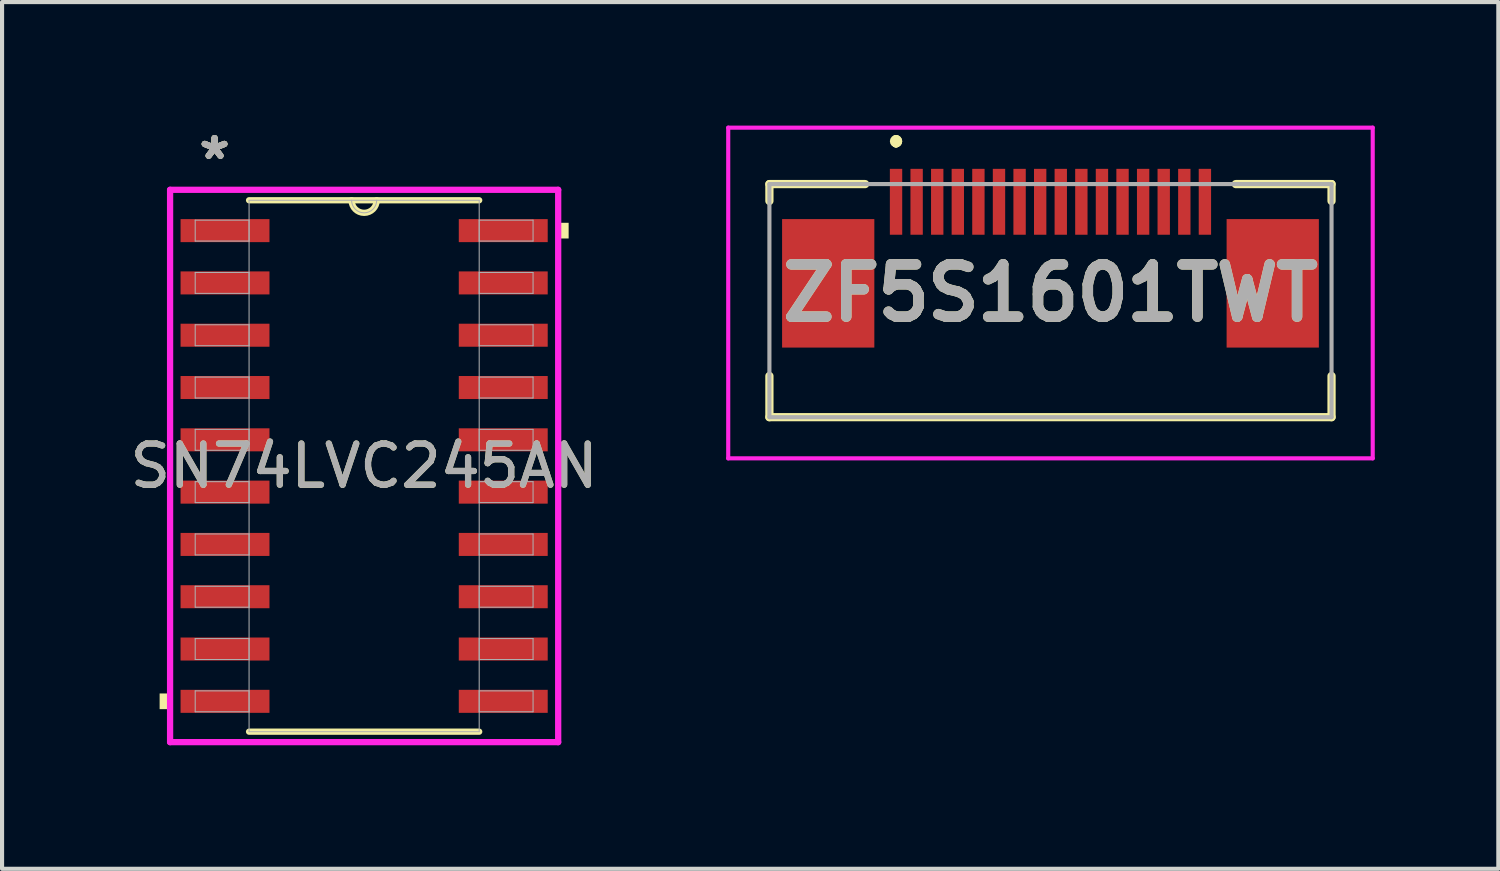
<source format=kicad_pcb>
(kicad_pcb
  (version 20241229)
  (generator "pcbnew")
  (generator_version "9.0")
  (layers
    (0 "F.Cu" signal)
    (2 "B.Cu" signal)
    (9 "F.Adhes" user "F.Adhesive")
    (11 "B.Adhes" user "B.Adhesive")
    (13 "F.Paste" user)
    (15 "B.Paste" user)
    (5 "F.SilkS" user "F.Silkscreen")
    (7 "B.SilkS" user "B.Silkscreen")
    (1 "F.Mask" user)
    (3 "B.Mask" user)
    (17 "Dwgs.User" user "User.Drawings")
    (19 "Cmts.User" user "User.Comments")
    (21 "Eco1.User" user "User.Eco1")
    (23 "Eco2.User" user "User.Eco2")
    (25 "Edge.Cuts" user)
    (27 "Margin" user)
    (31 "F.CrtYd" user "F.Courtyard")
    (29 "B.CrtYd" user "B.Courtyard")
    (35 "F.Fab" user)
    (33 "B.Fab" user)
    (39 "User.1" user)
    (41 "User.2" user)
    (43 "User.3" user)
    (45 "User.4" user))
  (footprint "SN74LVC245AN"
    (layer "F.Cu")
    (at 5.792 8.265)
    (property "Reference" "SN74LVC245AN" (at 0 0 0) (unlocked yes) (layer "F.SilkS") (effects (font (size 1 1) (thickness 0.15))))
    (attr smd)
    (fp_line (start -2.794 6.452) (end 2.794 6.452) (stroke (width 0.152) (type solid)) (layer "F.SilkS"))
    (fp_line (start 2.794 -6.452) (end -2.794 -6.452) (stroke (width 0.152) (type solid)) (layer "F.SilkS"))
    (fp_arc (start 0.3048 -6.4516) (mid 0 -6.1468) (end -0.3048 -6.4516) (stroke (width 0.1524) (type solid)) (layer "F.SilkS"))
    (fp_poly (pts (xy -4.966 5.524) (xy -4.966 5.905) (xy -4.712 5.905) (xy -4.712 5.524)) (stroke (width 0) (type solid)) (fill yes) (layer "F.SilkS"))
    (fp_poly (pts (xy 4.966 -5.905) (xy 4.966 -5.524) (xy 4.712 -5.524) (xy 4.712 -5.905)) (stroke (width 0) (type solid)) (fill yes) (layer "F.SilkS"))
    (fp_line (start -4.712 -6.706) (end 4.712 -6.706) (stroke (width 0.152) (type solid)) (layer "F.CrtYd"))
    (fp_line (start -4.712 6.706) (end -4.712 -6.706) (stroke (width 0.152) (type solid)) (layer "F.CrtYd"))
    (fp_line (start 4.712 -6.706) (end 4.712 6.706) (stroke (width 0.152) (type solid)) (layer "F.CrtYd"))
    (fp_line (start 4.712 6.706) (end -4.712 6.706) (stroke (width 0.152) (type solid)) (layer "F.CrtYd"))
    (fp_line (start -4.102 -5.969) (end -4.102 -5.461) (stroke (width 0.025) (type solid)) (layer "F.Fab"))
    (fp_line (start -4.102 -5.461) (end -2.794 -5.461) (stroke (width 0.025) (type solid)) (layer "F.Fab"))
    (fp_line (start -4.102 -4.699) (end -4.102 -4.191) (stroke (width 0.025) (type solid)) (layer "F.Fab"))
    (fp_line (start -4.102 -4.191) (end -2.794 -4.191) (stroke (width 0.025) (type solid)) (layer "F.Fab"))
    (fp_line (start -4.102 -3.429) (end -4.102 -2.921) (stroke (width 0.025) (type solid)) (layer "F.Fab"))
    (fp_line (start -4.102 -2.921) (end -2.794 -2.921) (stroke (width 0.025) (type solid)) (layer "F.Fab"))
    (fp_line (start -4.102 -2.159) (end -4.102 -1.651) (stroke (width 0.025) (type solid)) (layer "F.Fab"))
    (fp_line (start -4.102 -1.651) (end -2.794 -1.651) (stroke (width 0.025) (type solid)) (layer "F.Fab"))
    (fp_line (start -4.102 -0.889) (end -4.102 -0.381) (stroke (width 0.025) (type solid)) (layer "F.Fab"))
    (fp_line (start -4.102 -0.381) (end -2.794 -0.381) (stroke (width 0.025) (type solid)) (layer "F.Fab"))
    (fp_line (start -4.102 0.381) (end -4.102 0.889) (stroke (width 0.025) (type solid)) (layer "F.Fab"))
    (fp_line (start -4.102 0.889) (end -2.794 0.889) (stroke (width 0.025) (type solid)) (layer "F.Fab"))
    (fp_line (start -4.102 1.651) (end -4.102 2.159) (stroke (width 0.025) (type solid)) (layer "F.Fab"))
    (fp_line (start -4.102 2.159) (end -2.794 2.159) (stroke (width 0.025) (type solid)) (layer "F.Fab"))
    (fp_line (start -4.102 2.921) (end -4.102 3.429) (stroke (width 0.025) (type solid)) (layer "F.Fab"))
    (fp_line (start -4.102 3.429) (end -2.794 3.429) (stroke (width 0.025) (type solid)) (layer "F.Fab"))
    (fp_line (start -4.102 4.191) (end -4.102 4.699) (stroke (width 0.025) (type solid)) (layer "F.Fab"))
    (fp_line (start -4.102 4.699) (end -2.794 4.699) (stroke (width 0.025) (type solid)) (layer "F.Fab"))
    (fp_line (start -4.102 5.461) (end -4.102 5.969) (stroke (width 0.025) (type solid)) (layer "F.Fab"))
    (fp_line (start -4.102 5.969) (end -2.794 5.969) (stroke (width 0.025) (type solid)) (layer "F.Fab"))
    (fp_line (start -2.794 -6.452) (end -2.794 6.452) (stroke (width 0.025) (type solid)) (layer "F.Fab"))
    (fp_line (start -2.794 -5.969) (end -4.102 -5.969) (stroke (width 0.025) (type solid)) (layer "F.Fab"))
    (fp_line (start -2.794 -5.461) (end -2.794 -5.969) (stroke (width 0.025) (type solid)) (layer "F.Fab"))
    (fp_line (start -2.794 -4.699) (end -4.102 -4.699) (stroke (width 0.025) (type solid)) (layer "F.Fab"))
    (fp_line (start -2.794 -4.191) (end -2.794 -4.699) (stroke (width 0.025) (type solid)) (layer "F.Fab"))
    (fp_line (start -2.794 -3.429) (end -4.102 -3.429) (stroke (width 0.025) (type solid)) (layer "F.Fab"))
    (fp_line (start -2.794 -2.921) (end -2.794 -3.429) (stroke (width 0.025) (type solid)) (layer "F.Fab"))
    (fp_line (start -2.794 -2.159) (end -4.102 -2.159) (stroke (width 0.025) (type solid)) (layer "F.Fab"))
    (fp_line (start -2.794 -1.651) (end -2.794 -2.159) (stroke (width 0.025) (type solid)) (layer "F.Fab"))
    (fp_line (start -2.794 -0.889) (end -4.102 -0.889) (stroke (width 0.025) (type solid)) (layer "F.Fab"))
    (fp_line (start -2.794 -0.381) (end -2.794 -0.889) (stroke (width 0.025) (type solid)) (layer "F.Fab"))
    (fp_line (start -2.794 0.381) (end -4.102 0.381) (stroke (width 0.025) (type solid)) (layer "F.Fab"))
    (fp_line (start -2.794 0.889) (end -2.794 0.381) (stroke (width 0.025) (type solid)) (layer "F.Fab"))
    (fp_line (start -2.794 1.651) (end -4.102 1.651) (stroke (width 0.025) (type solid)) (layer "F.Fab"))
    (fp_line (start -2.794 2.159) (end -2.794 1.651) (stroke (width 0.025) (type solid)) (layer "F.Fab"))
    (fp_line (start -2.794 2.921) (end -4.102 2.921) (stroke (width 0.025) (type solid)) (layer "F.Fab"))
    (fp_line (start -2.794 3.429) (end -2.794 2.921) (stroke (width 0.025) (type solid)) (layer "F.Fab"))
    (fp_line (start -2.794 4.191) (end -4.102 4.191) (stroke (width 0.025) (type solid)) (layer "F.Fab"))
    (fp_line (start -2.794 4.699) (end -2.794 4.191) (stroke (width 0.025) (type solid)) (layer "F.Fab"))
    (fp_line (start -2.794 5.461) (end -4.102 5.461) (stroke (width 0.025) (type solid)) (layer "F.Fab"))
    (fp_line (start -2.794 5.969) (end -2.794 5.461) (stroke (width 0.025) (type solid)) (layer "F.Fab"))
    (fp_line (start -2.794 6.452) (end 2.794 6.452) (stroke (width 0.025) (type solid)) (layer "F.Fab"))
    (fp_line (start 2.794 -6.452) (end -2.794 -6.452) (stroke (width 0.025) (type solid)) (layer "F.Fab"))
    (fp_line (start 2.794 -5.969) (end 2.794 -5.461) (stroke (width 0.025) (type solid)) (layer "F.Fab"))
    (fp_line (start 2.794 -5.461) (end 4.102 -5.461) (stroke (width 0.025) (type solid)) (layer "F.Fab"))
    (fp_line (start 2.794 -4.699) (end 2.794 -4.191) (stroke (width 0.025) (type solid)) (layer "F.Fab"))
    (fp_line (start 2.794 -4.191) (end 4.102 -4.191) (stroke (width 0.025) (type solid)) (layer "F.Fab"))
    (fp_line (start 2.794 -3.429) (end 2.794 -2.921) (stroke (width 0.025) (type solid)) (layer "F.Fab"))
    (fp_line (start 2.794 -2.921) (end 4.102 -2.921) (stroke (width 0.025) (type solid)) (layer "F.Fab"))
    (fp_line (start 2.794 -2.159) (end 2.794 -1.651) (stroke (width 0.025) (type solid)) (layer "F.Fab"))
    (fp_line (start 2.794 -1.651) (end 4.102 -1.651) (stroke (width 0.025) (type solid)) (layer "F.Fab"))
    (fp_line (start 2.794 -0.889) (end 2.794 -0.381) (stroke (width 0.025) (type solid)) (layer "F.Fab"))
    (fp_line (start 2.794 -0.381) (end 4.102 -0.381) (stroke (width 0.025) (type solid)) (layer "F.Fab"))
    (fp_line (start 2.794 0.381) (end 2.794 0.889) (stroke (width 0.025) (type solid)) (layer "F.Fab"))
    (fp_line (start 2.794 0.889) (end 4.102 0.889) (stroke (width 0.025) (type solid)) (layer "F.Fab"))
    (fp_line (start 2.794 1.651) (end 2.794 2.159) (stroke (width 0.025) (type solid)) (layer "F.Fab"))
    (fp_line (start 2.794 2.159) (end 4.102 2.159) (stroke (width 0.025) (type solid)) (layer "F.Fab"))
    (fp_line (start 2.794 2.921) (end 2.794 3.429) (stroke (width 0.025) (type solid)) (layer "F.Fab"))
    (fp_line (start 2.794 3.429) (end 4.102 3.429) (stroke (width 0.025) (type solid)) (layer "F.Fab"))
    (fp_line (start 2.794 4.191) (end 2.794 4.699) (stroke (width 0.025) (type solid)) (layer "F.Fab"))
    (fp_line (start 2.794 4.699) (end 4.102 4.699) (stroke (width 0.025) (type solid)) (layer "F.Fab"))
    (fp_line (start 2.794 5.461) (end 2.794 5.969) (stroke (width 0.025) (type solid)) (layer "F.Fab"))
    (fp_line (start 2.794 5.969) (end 4.102 5.969) (stroke (width 0.025) (type solid)) (layer "F.Fab"))
    (fp_line (start 2.794 6.452) (end 2.794 -6.452) (stroke (width 0.025) (type solid)) (layer "F.Fab"))
    (fp_line (start 4.102 -5.969) (end 2.794 -5.969) (stroke (width 0.025) (type solid)) (layer "F.Fab"))
    (fp_line (start 4.102 -5.461) (end 4.102 -5.969) (stroke (width 0.025) (type solid)) (layer "F.Fab"))
    (fp_line (start 4.102 -4.699) (end 2.794 -4.699) (stroke (width 0.025) (type solid)) (layer "F.Fab"))
    (fp_line (start 4.102 -4.191) (end 4.102 -4.699) (stroke (width 0.025) (type solid)) (layer "F.Fab"))
    (fp_line (start 4.102 -3.429) (end 2.794 -3.429) (stroke (width 0.025) (type solid)) (layer "F.Fab"))
    (fp_line (start 4.102 -2.921) (end 4.102 -3.429) (stroke (width 0.025) (type solid)) (layer "F.Fab"))
    (fp_line (start 4.102 -2.159) (end 2.794 -2.159) (stroke (width 0.025) (type solid)) (layer "F.Fab"))
    (fp_line (start 4.102 -1.651) (end 4.102 -2.159) (stroke (width 0.025) (type solid)) (layer "F.Fab"))
    (fp_line (start 4.102 -0.889) (end 2.794 -0.889) (stroke (width 0.025) (type solid)) (layer "F.Fab"))
    (fp_line (start 4.102 -0.381) (end 4.102 -0.889) (stroke (width 0.025) (type solid)) (layer "F.Fab"))
    (fp_line (start 4.102 0.381) (end 2.794 0.381) (stroke (width 0.025) (type solid)) (layer "F.Fab"))
    (fp_line (start 4.102 0.889) (end 4.102 0.381) (stroke (width 0.025) (type solid)) (layer "F.Fab"))
    (fp_line (start 4.102 1.651) (end 2.794 1.651) (stroke (width 0.025) (type solid)) (layer "F.Fab"))
    (fp_line (start 4.102 2.159) (end 4.102 1.651) (stroke (width 0.025) (type solid)) (layer "F.Fab"))
    (fp_line (start 4.102 2.921) (end 2.794 2.921) (stroke (width 0.025) (type solid)) (layer "F.Fab"))
    (fp_line (start 4.102 3.429) (end 4.102 2.921) (stroke (width 0.025) (type solid)) (layer "F.Fab"))
    (fp_line (start 4.102 4.191) (end 2.794 4.191) (stroke (width 0.025) (type solid)) (layer "F.Fab"))
    (fp_line (start 4.102 4.699) (end 4.102 4.191) (stroke (width 0.025) (type solid)) (layer "F.Fab"))
    (fp_line (start 4.102 5.461) (end 2.794 5.461) (stroke (width 0.025) (type solid)) (layer "F.Fab"))
    (fp_line (start 4.102 5.969) (end 4.102 5.461) (stroke (width 0.025) (type solid)) (layer "F.Fab"))
    (fp_arc (start 0.3048 -6.4516) (mid 0 -6.1468) (end -0.3048 -6.4516) (stroke (width 0.0254) (type solid)) (layer "F.Fab"))
    (fp_text user "*" (at -3.632 -7.417 0) (unlocked yes) (layer "F.SilkS") (effects (font (size 1 1) (thickness 0.15))))
    (fp_text user "*" (at -3.632 -7.417 0) (layer "F.SilkS") (effects (font (size 1 1) (thickness 0.15))))
    (fp_text user "*" (at -3.632 -7.417 0) (unlocked yes) (layer "F.Fab") (effects (font (size 1 1) (thickness 0.15))))
    (fp_text user "*" (at -3.632 -7.417 0) (layer "F.Fab") (effects (font (size 1 1) (thickness 0.15))))
    (fp_text user "${REFERENCE}" (at 0 0 0) (unlocked yes) (layer "F.Fab") (effects (font (size 1 1) (thickness 0.15))))
    (pad "1" smd rect (at -3.378 -5.715) (size 2.159 0.559) (layers "F.Cu" "F.Mask" "F.Paste"))
    (pad "2" smd rect (at -3.378 -4.445) (size 2.159 0.559) (layers "F.Cu" "F.Mask" "F.Paste"))
    (pad "3" smd rect (at -3.378 -3.175) (size 2.159 0.559) (layers "F.Cu" "F.Mask" "F.Paste"))
    (pad "4" smd rect (at -3.378 -1.905) (size 2.159 0.559) (layers "F.Cu" "F.Mask" "F.Paste"))
    (pad "5" smd rect (at -3.378 -0.635) (size 2.159 0.559) (layers "F.Cu" "F.Mask" "F.Paste"))
    (pad "6" smd rect (at -3.378 0.635) (size 2.159 0.559) (layers "F.Cu" "F.Mask" "F.Paste"))
    (pad "7" smd rect (at -3.378 1.905) (size 2.159 0.559) (layers "F.Cu" "F.Mask" "F.Paste"))
    (pad "8" smd rect (at -3.378 3.175) (size 2.159 0.559) (layers "F.Cu" "F.Mask" "F.Paste"))
    (pad "9" smd rect (at -3.378 4.445) (size 2.159 0.559) (layers "F.Cu" "F.Mask" "F.Paste"))
    (pad "10" smd rect (at -3.378 5.715) (size 2.159 0.559) (layers "F.Cu" "F.Mask" "F.Paste"))
    (pad "11" smd rect (at 3.378 5.715) (size 2.159 0.559) (layers "F.Cu" "F.Mask" "F.Paste"))
    (pad "12" smd rect (at 3.378 4.445) (size 2.159 0.559) (layers "F.Cu" "F.Mask" "F.Paste"))
    (pad "13" smd rect (at 3.378 3.175) (size 2.159 0.559) (layers "F.Cu" "F.Mask" "F.Paste"))
    (pad "14" smd rect (at 3.378 1.905) (size 2.159 0.559) (layers "F.Cu" "F.Mask" "F.Paste"))
    (pad "15" smd rect (at 3.378 0.635) (size 2.159 0.559) (layers "F.Cu" "F.Mask" "F.Paste"))
    (pad "16" smd rect (at 3.378 -0.635) (size 2.159 0.559) (layers "F.Cu" "F.Mask" "F.Paste"))
    (pad "17" smd rect (at 3.378 -1.905) (size 2.159 0.559) (layers "F.Cu" "F.Mask" "F.Paste"))
    (pad "18" smd rect (at 3.378 -3.175) (size 2.159 0.559) (layers "F.Cu" "F.Mask" "F.Paste"))
    (pad "19" smd rect (at 3.378 -4.445) (size 2.159 0.559) (layers "F.Cu" "F.Mask" "F.Paste"))
    (pad "20" smd rect (at 3.378 -5.715) (size 2.159 0.559) (layers "F.Cu" "F.Mask" "F.Paste")))
  (footprint "ZF5S1601TWT"
    (layer "F.Cu")
    (at 22.458 4.25)
    (property "Reference" "ZF5S1601TWT" (at 0 -0.185 0) (layer "F.SilkS") (effects (font (size 1.27 1.27) (thickness 0.254))))
    (attr smd)
    (fp_line (start -6.825 -2.83) (end -6.825 -2.42) (stroke (width 0.2) (type solid)) (layer "F.SilkS"))
    (fp_line (start -6.825 1.83) (end -6.825 2.83) (stroke (width 0.2) (type solid)) (layer "F.SilkS"))
    (fp_line (start -6.825 2.83) (end 6.825 2.83) (stroke (width 0.2) (type solid)) (layer "F.SilkS"))
    (fp_line (start -4.5 -2.83) (end -6.825 -2.83) (stroke (width 0.2) (type solid)) (layer "F.SilkS"))
    (fp_line (start -3.75 -3.92) (end -3.75 -3.92) (stroke (width 0.2) (type solid)) (layer "F.SilkS"))
    (fp_line (start -3.75 -3.82) (end -3.75 -3.82) (stroke (width 0.2) (type solid)) (layer "F.SilkS"))
    (fp_line (start -3.75 -3.82) (end -3.75 -3.82) (stroke (width 0.2) (type solid)) (layer "F.SilkS"))
    (fp_line (start 4.5 -2.83) (end 6.825 -2.83) (stroke (width 0.2) (type solid)) (layer "F.SilkS"))
    (fp_line (start 6.825 -2.83) (end 6.825 -2.42) (stroke (width 0.2) (type solid)) (layer "F.SilkS"))
    (fp_line (start 6.825 2.83) (end 6.825 1.83) (stroke (width 0.2) (type solid)) (layer "F.SilkS"))
    (fp_arc (start -3.75 -3.92) (mid -3.7 -3.87) (end -3.75 -3.82) (stroke (width 0.2) (type solid)) (layer "F.SilkS"))
    (fp_arc (start -3.75 -3.92) (mid -3.7 -3.87) (end -3.75 -3.82) (stroke (width 0.2) (type solid)) (layer "F.SilkS"))
    (fp_arc (start -3.75 -3.82) (mid -3.8 -3.87) (end -3.75 -3.92) (stroke (width 0.2) (type solid)) (layer "F.SilkS"))
    (fp_line (start -7.825 -4.2) (end 7.825 -4.2) (stroke (width 0.1) (type solid)) (layer "F.CrtYd"))
    (fp_line (start -7.825 3.83) (end -7.825 -4.2) (stroke (width 0.1) (type solid)) (layer "F.CrtYd"))
    (fp_line (start 7.825 -4.2) (end 7.825 3.83) (stroke (width 0.1) (type solid)) (layer "F.CrtYd"))
    (fp_line (start 7.825 3.83) (end -7.825 3.83) (stroke (width 0.1) (type solid)) (layer "F.CrtYd"))
    (fp_line (start -6.825 -2.83) (end -6.825 2.83) (stroke (width 0.1) (type solid)) (layer "F.Fab"))
    (fp_line (start -6.825 2.83) (end 6.825 2.83) (stroke (width 0.1) (type solid)) (layer "F.Fab"))
    (fp_line (start 6.825 -2.83) (end -6.825 -2.83) (stroke (width 0.1) (type solid)) (layer "F.Fab"))
    (fp_line (start 6.825 2.83) (end 6.825 -2.83) (stroke (width 0.1) (type solid)) (layer "F.Fab"))
    (fp_text user "${REFERENCE}" (at 0 -0.185 0) (layer "F.Fab") (effects (font (size 1.27 1.27) (thickness 0.254))))
    (pad "1" smd rect (at -3.75 -2.4) (size 0.3 1.6) (layers "F.Cu" "F.Mask" "F.Paste"))
    (pad "2" smd rect (at -3.25 -2.4) (size 0.3 1.6) (layers "F.Cu" "F.Mask" "F.Paste"))
    (pad "3" smd rect (at -2.75 -2.4) (size 0.3 1.6) (layers "F.Cu" "F.Mask" "F.Paste"))
    (pad "4" smd rect (at -2.25 -2.4) (size 0.3 1.6) (layers "F.Cu" "F.Mask" "F.Paste"))
    (pad "5" smd rect (at -1.75 -2.4) (size 0.3 1.6) (layers "F.Cu" "F.Mask" "F.Paste"))
    (pad "6" smd rect (at -1.25 -2.4) (size 0.3 1.6) (layers "F.Cu" "F.Mask" "F.Paste"))
    (pad "7" smd rect (at -0.75 -2.4) (size 0.3 1.6) (layers "F.Cu" "F.Mask" "F.Paste"))
    (pad "8" smd rect (at -0.25 -2.4) (size 0.3 1.6) (layers "F.Cu" "F.Mask" "F.Paste"))
    (pad "9" smd rect (at 0.25 -2.4) (size 0.3 1.6) (layers "F.Cu" "F.Mask" "F.Paste"))
    (pad "10" smd rect (at 0.75 -2.4) (size 0.3 1.6) (layers "F.Cu" "F.Mask" "F.Paste"))
    (pad "11" smd rect (at 1.25 -2.4) (size 0.3 1.6) (layers "F.Cu" "F.Mask" "F.Paste"))
    (pad "12" smd rect (at 1.75 -2.4) (size 0.3 1.6) (layers "F.Cu" "F.Mask" "F.Paste"))
    (pad "13" smd rect (at 2.25 -2.4) (size 0.3 1.6) (layers "F.Cu" "F.Mask" "F.Paste"))
    (pad "14" smd rect (at 2.75 -2.4) (size 0.3 1.6) (layers "F.Cu" "F.Mask" "F.Paste"))
    (pad "15" smd rect (at 3.25 -2.4) (size 0.3 1.6) (layers "F.Cu" "F.Mask" "F.Paste"))
    (pad "16" smd rect (at 3.75 -2.4) (size 0.3 1.6) (layers "F.Cu" "F.Mask" "F.Paste"))
    (pad "MP1" smd rect (at -5.397 -0.42) (size 2.24 3.12) (layers "F.Cu" "F.Mask" "F.Paste"))
    (pad "MP2" smd rect (at 5.397 -0.42) (size 2.24 3.12) (layers "F.Cu" "F.Mask" "F.Paste")))
  (gr_rect
    (start -3 -3)
    (end 33.333 18.047)
    (stroke (width 0.1) (type default))
    (fill no)
    (layer "Edge.Cuts")))
</source>
